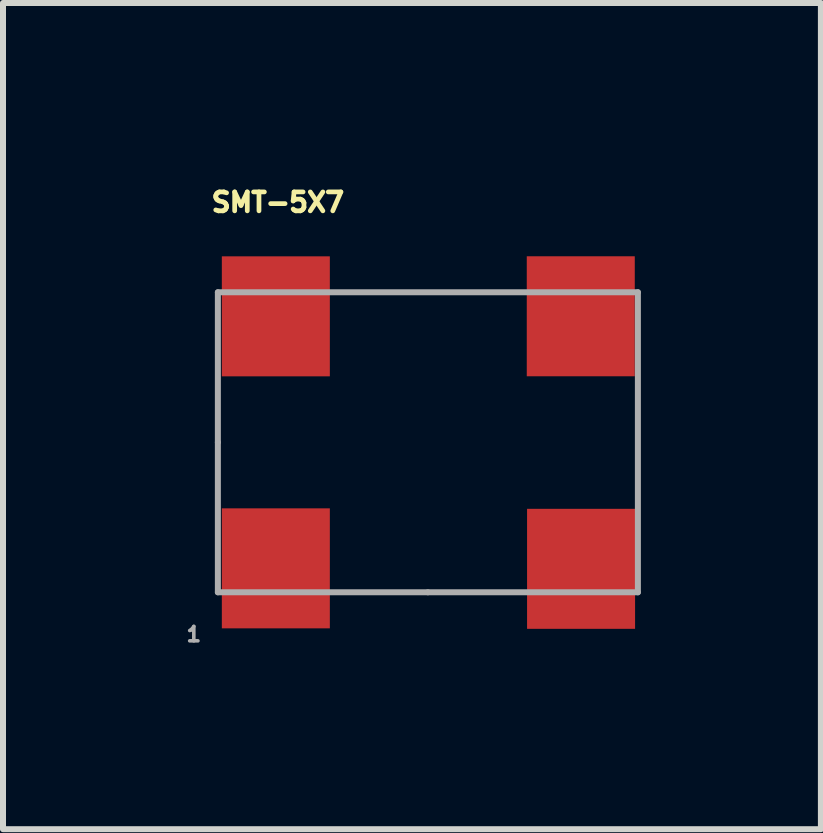
<source format=kicad_pcb>
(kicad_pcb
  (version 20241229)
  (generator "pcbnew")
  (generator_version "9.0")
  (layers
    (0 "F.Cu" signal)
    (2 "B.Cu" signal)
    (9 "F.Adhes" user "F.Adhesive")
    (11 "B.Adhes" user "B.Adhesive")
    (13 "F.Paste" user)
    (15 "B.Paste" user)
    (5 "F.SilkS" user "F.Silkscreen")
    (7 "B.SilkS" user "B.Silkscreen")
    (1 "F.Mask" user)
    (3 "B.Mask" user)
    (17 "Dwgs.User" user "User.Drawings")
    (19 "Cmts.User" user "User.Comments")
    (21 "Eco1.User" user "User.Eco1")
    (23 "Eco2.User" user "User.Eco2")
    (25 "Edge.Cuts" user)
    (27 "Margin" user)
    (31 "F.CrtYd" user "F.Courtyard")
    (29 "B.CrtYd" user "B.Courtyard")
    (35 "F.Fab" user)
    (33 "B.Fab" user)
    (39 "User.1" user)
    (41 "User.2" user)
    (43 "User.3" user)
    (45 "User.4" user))
  (footprint "SMT-5X7"
    (layer "F.Cu")
    (at 0.581 6.821)
    (property "Reference" "SMT-5X7" (at 1 -6.499 0) (layer "F.SilkS") (effects (font (size 0.315 0.315) (thickness 0.15))))
    (attr through_hole)
    (fp_line (start 0 -5) (end 0 -2.5) (stroke (width 0.1) (type solid)) (layer "F.Fab"))
    (fp_line (start 0 0) (end 0 -2.5) (stroke (width 0.1) (type solid)) (layer "F.Fab"))
    (fp_line (start 0 0) (end 3.5 0) (stroke (width 0.1) (type solid)) (layer "F.Fab"))
    (fp_line (start 3.5 0) (end 7 0) (stroke (width 0.1) (type solid)) (layer "F.Fab"))
    (fp_line (start 7 -5) (end 0 -5) (stroke (width 0.1) (type solid)) (layer "F.Fab"))
    (fp_line (start 7 0) (end 7 -5) (stroke (width 0.1) (type solid)) (layer "F.Fab"))
    (fp_text user "1" (at -0.401 0.701 0) (layer "F.Fab") (effects (font (size 0.24 0.24) (thickness 0.15))))
    (pad "E/D" smd rect (at 0.966 -0.399 180) (size 1.8 2) (layers "F.Cu" "F.Mask" "F.Paste"))
    (pad "GND" smd rect (at 6.053 -0.391 180) (size 1.8 2) (layers "F.Cu" "F.Mask" "F.Paste"))
    (pad "OUT" smd rect (at 6.048 -4.6 180) (size 1.8 2) (layers "F.Cu" "F.Mask" "F.Paste"))
    (pad "VCC" smd rect (at 0.966 -4.599 180) (size 1.8 2) (layers "F.Cu" "F.Mask" "F.Paste")))
  (gr_rect
    (start -3 -3)
    (end 10.631 10.769)
    (stroke (width 0.1) (type default))
    (fill no)
    (layer "Edge.Cuts")))
</source>
